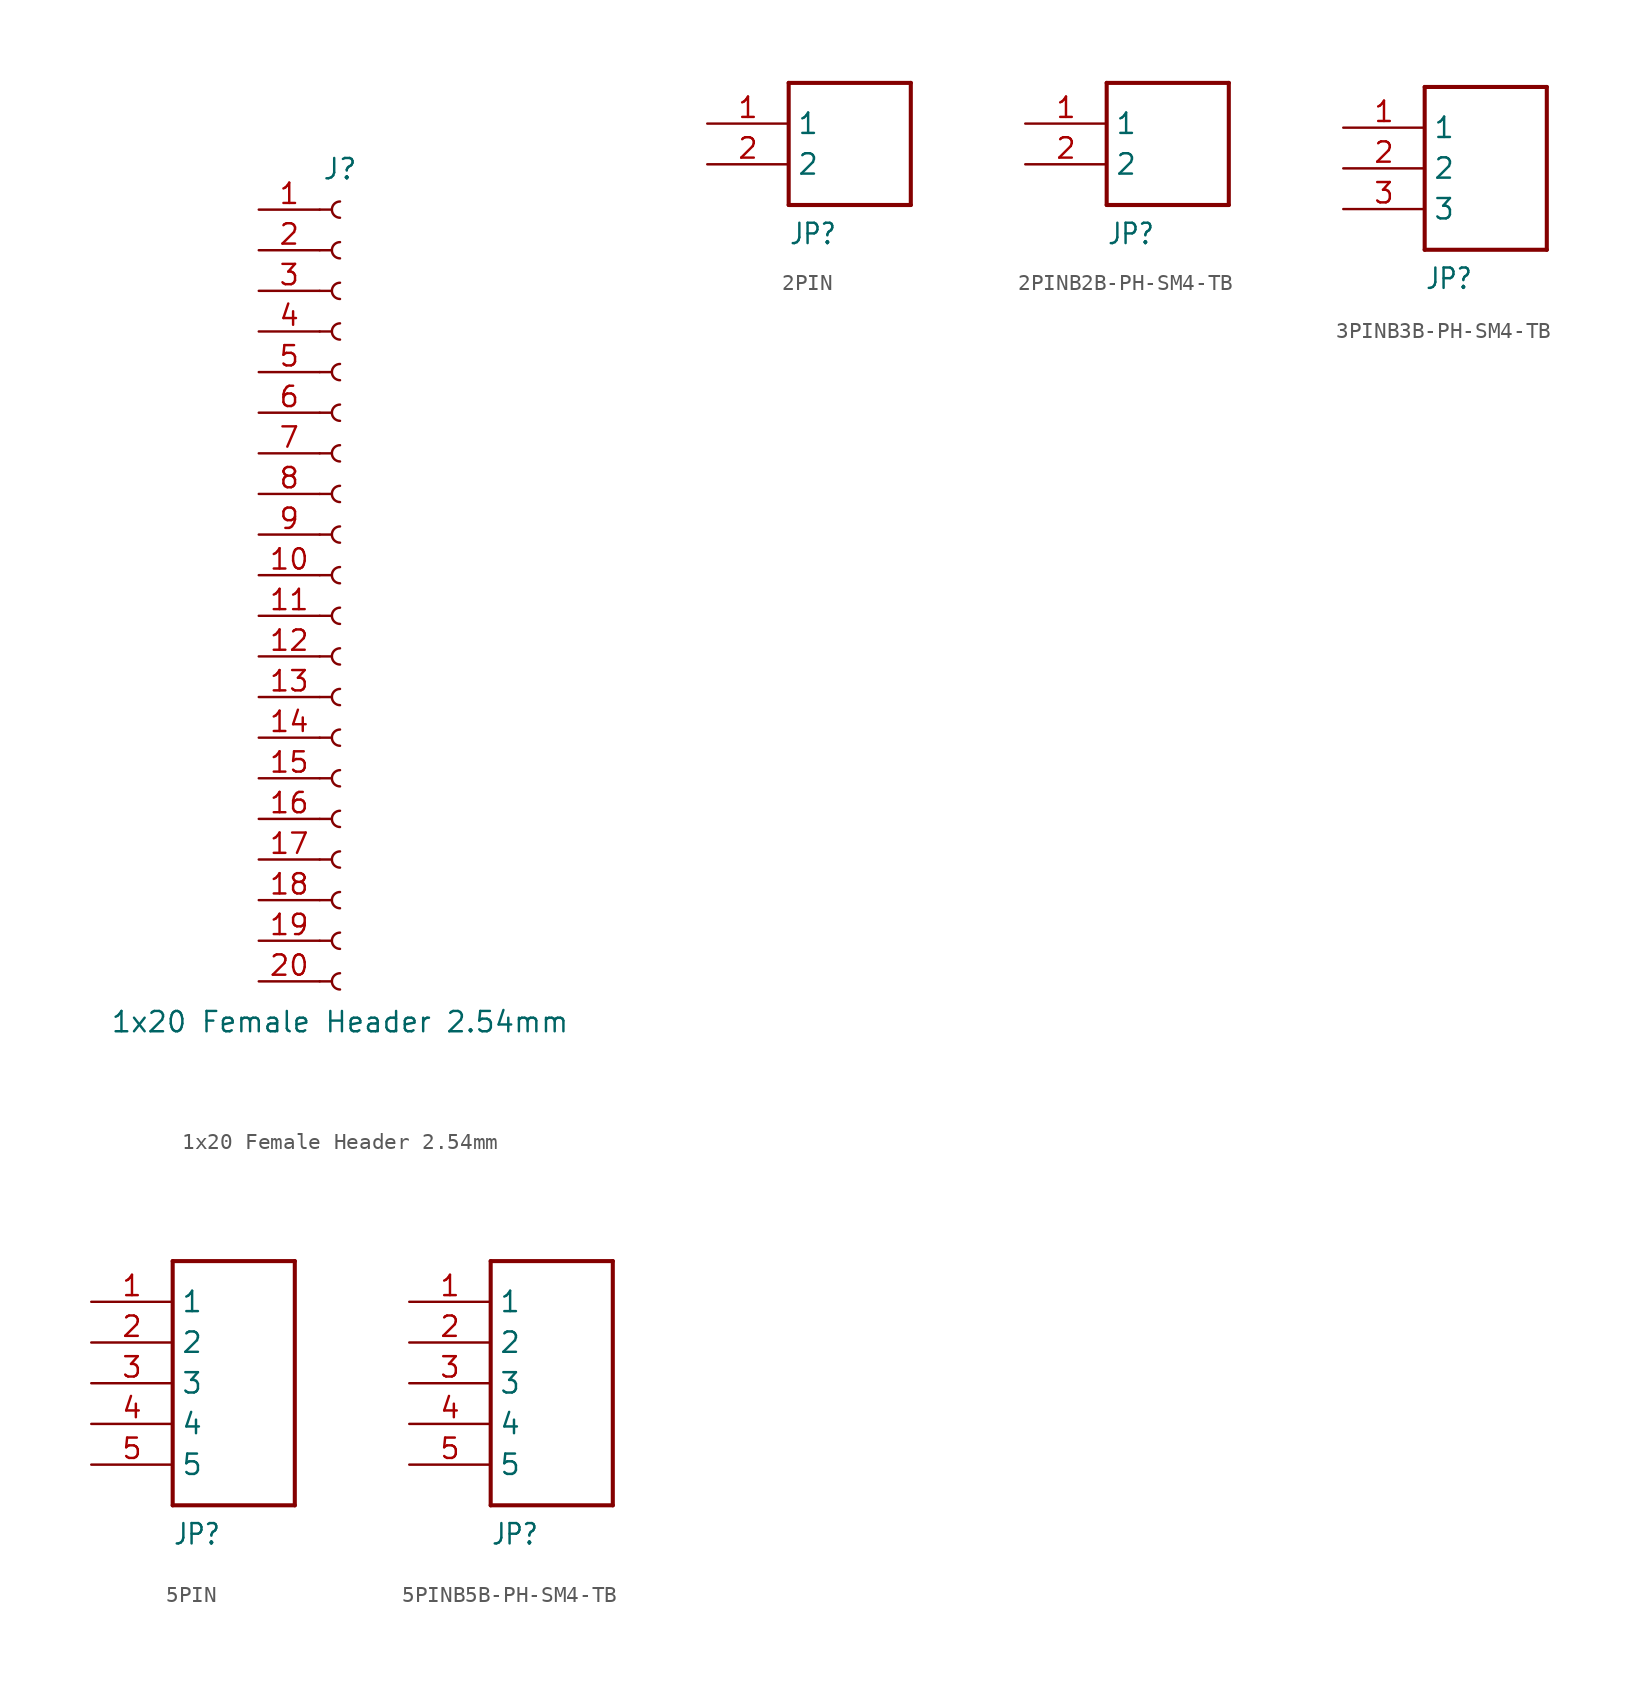
<source format=kicad_sym>
(kicad_symbol_lib
  (version 20220914)
  (generator kicad_symbol_editor)
  (symbol "1x20 Female Header 2.54mm"
    (pin_names
      (offset 1.016) hide)
    (property "Reference" "J"
      (at 0 25.4 0)
      (effects (font (size 1.27 1.27))))
    (property "Value" "1x20 Female Header 2.54mm"
      (at 0 -27.94 0)
      (effects (font (size 1.27 1.27))))
    (symbol "1x20 Female Header 2.54mm_1_1"
      (arc (start 0 -24.892) (mid -0.5058 -25.4) (end 0 -25.908) (stroke (width 0.1524) (type default)) (fill (type none)))
      (arc (start 0 -22.352) (mid -0.5058 -22.86) (end 0 -23.368) (stroke (width 0.1524) (type default)) (fill (type none)))
      (arc (start 0 -19.812) (mid -0.5058 -20.32) (end 0 -20.828) (stroke (width 0.1524) (type default)) (fill (type none)))
      (arc (start 0 -17.272) (mid -0.5058 -17.78) (end 0 -18.288) (stroke (width 0.1524) (type default)) (fill (type none)))
      (arc (start 0 -14.732) (mid -0.5058 -15.24) (end 0 -15.748) (stroke (width 0.1524) (type default)) (fill (type none)))
      (arc (start 0 -12.192) (mid -0.5058 -12.7) (end 0 -13.208) (stroke (width 0.1524) (type default)) (fill (type none)))
      (arc (start 0 -9.652) (mid -0.5058 -10.16) (end 0 -10.668) (stroke (width 0.1524) (type default)) (fill (type none)))
      (arc (start 0 -7.112) (mid -0.5058 -7.62) (end 0 -8.128) (stroke (width 0.1524) (type default)) (fill (type none)))
      (arc (start 0 -4.572) (mid -0.5058 -5.08) (end 0 -5.588) (stroke (width 0.1524) (type default)) (fill (type none)))
      (arc (start 0 -2.032) (mid -0.5058 -2.54) (end 0 -3.048) (stroke (width 0.1524) (type default)) (fill (type none)))
      (polyline (pts (xy -1.27 -25.4) (xy -0.508 -25.4)) (stroke (width 0.152) (type default)) (fill (type none)))
      (polyline (pts (xy -1.27 -22.86) (xy -0.508 -22.86)) (stroke (width 0.152) (type default)) (fill (type none)))
      (polyline (pts (xy -1.27 -20.32) (xy -0.508 -20.32)) (stroke (width 0.152) (type default)) (fill (type none)))
      (polyline (pts (xy -1.27 -17.78) (xy -0.508 -17.78)) (stroke (width 0.152) (type default)) (fill (type none)))
      (polyline (pts (xy -1.27 -15.24) (xy -0.508 -15.24)) (stroke (width 0.152) (type default)) (fill (type none)))
      (polyline (pts (xy -1.27 -12.7) (xy -0.508 -12.7)) (stroke (width 0.152) (type default)) (fill (type none)))
      (polyline (pts (xy -1.27 -10.16) (xy -0.508 -10.16)) (stroke (width 0.152) (type default)) (fill (type none)))
      (polyline (pts (xy -1.27 -7.62) (xy -0.508 -7.62)) (stroke (width 0.152) (type default)) (fill (type none)))
      (polyline (pts (xy -1.27 -5.08) (xy -0.508 -5.08)) (stroke (width 0.152) (type default)) (fill (type none)))
      (polyline (pts (xy -1.27 -2.54) (xy -0.508 -2.54)) (stroke (width 0.152) (type default)) (fill (type none)))
      (polyline (pts (xy -1.27 0) (xy -0.508 0)) (stroke (width 0.152) (type default)) (fill (type none)))
      (polyline (pts (xy -1.27 2.54) (xy -0.508 2.54)) (stroke (width 0.152) (type default)) (fill (type none)))
      (polyline (pts (xy -1.27 5.08) (xy -0.508 5.08)) (stroke (width 0.152) (type default)) (fill (type none)))
      (polyline (pts (xy -1.27 7.62) (xy -0.508 7.62)) (stroke (width 0.152) (type default)) (fill (type none)))
      (polyline (pts (xy -1.27 10.16) (xy -0.508 10.16)) (stroke (width 0.152) (type default)) (fill (type none)))
      (polyline (pts (xy -1.27 12.7) (xy -0.508 12.7)) (stroke (width 0.152) (type default)) (fill (type none)))
      (polyline (pts (xy -1.27 15.24) (xy -0.508 15.24)) (stroke (width 0.152) (type default)) (fill (type none)))
      (polyline (pts (xy -1.27 17.78) (xy -0.508 17.78)) (stroke (width 0.152) (type default)) (fill (type none)))
      (polyline (pts (xy -1.27 20.32) (xy -0.508 20.32)) (stroke (width 0.152) (type default)) (fill (type none)))
      (polyline (pts (xy -1.27 22.86) (xy -0.508 22.86)) (stroke (width 0.152) (type default)) (fill (type none)))
      (arc (start 0 0.508) (mid -0.5058 0) (end 0 -0.508) (stroke (width 0.1524) (type default)) (fill (type none)))
      (arc (start 0 3.048) (mid -0.5058 2.54) (end 0 2.032) (stroke (width 0.1524) (type default)) (fill (type none)))
      (arc (start 0 5.588) (mid -0.5058 5.08) (end 0 4.572) (stroke (width 0.1524) (type default)) (fill (type none)))
      (arc (start 0 8.128) (mid -0.5058 7.62) (end 0 7.112) (stroke (width 0.1524) (type default)) (fill (type none)))
      (arc (start 0 10.668) (mid -0.5058 10.16) (end 0 9.652) (stroke (width 0.1524) (type default)) (fill (type none)))
      (arc (start 0 13.208) (mid -0.5058 12.7) (end 0 12.192) (stroke (width 0.1524) (type default)) (fill (type none)))
      (arc (start 0 15.748) (mid -0.5058 15.24) (end 0 14.732) (stroke (width 0.1524) (type default)) (fill (type none)))
      (arc (start 0 18.288) (mid -0.5058 17.78) (end 0 17.272) (stroke (width 0.1524) (type default)) (fill (type none)))
      (arc (start 0 20.828) (mid -0.5058 20.32) (end 0 19.812) (stroke (width 0.1524) (type default)) (fill (type none)))
      (arc (start 0 23.368) (mid -0.5058 22.86) (end 0 22.352) (stroke (width 0.1524) (type default)) (fill (type none)))
      (pin passive line (at -5.08 22.86 0) (length 3.81) (name "Pin_1" (effects (font (size 1.27 1.27)))) (number "1" (effects (font (size 1.27 1.27)))))
      (pin passive line (at -5.08 0 0) (length 3.81) (name "Pin_10" (effects (font (size 1.27 1.27)))) (number "10" (effects (font (size 1.27 1.27)))))
      (pin passive line (at -5.08 -2.54 0) (length 3.81) (name "Pin_11" (effects (font (size 1.27 1.27)))) (number "11" (effects (font (size 1.27 1.27)))))
      (pin passive line (at -5.08 -5.08 0) (length 3.81) (name "Pin_12" (effects (font (size 1.27 1.27)))) (number "12" (effects (font (size 1.27 1.27)))))
      (pin passive line (at -5.08 -7.62 0) (length 3.81) (name "Pin_13" (effects (font (size 1.27 1.27)))) (number "13" (effects (font (size 1.27 1.27)))))
      (pin passive line (at -5.08 -10.16 0) (length 3.81) (name "Pin_14" (effects (font (size 1.27 1.27)))) (number "14" (effects (font (size 1.27 1.27)))))
      (pin passive line (at -5.08 -12.7 0) (length 3.81) (name "Pin_15" (effects (font (size 1.27 1.27)))) (number "15" (effects (font (size 1.27 1.27)))))
      (pin passive line (at -5.08 -15.24 0) (length 3.81) (name "Pin_16" (effects (font (size 1.27 1.27)))) (number "16" (effects (font (size 1.27 1.27)))))
      (pin passive line (at -5.08 -17.78 0) (length 3.81) (name "Pin_17" (effects (font (size 1.27 1.27)))) (number "17" (effects (font (size 1.27 1.27)))))
      (pin passive line (at -5.08 -20.32 0) (length 3.81) (name "Pin_18" (effects (font (size 1.27 1.27)))) (number "18" (effects (font (size 1.27 1.27)))))
      (pin passive line (at -5.08 -22.86 0) (length 3.81) (name "Pin_19" (effects (font (size 1.27 1.27)))) (number "19" (effects (font (size 1.27 1.27)))))
      (pin passive line (at -5.08 20.32 0) (length 3.81) (name "Pin_2" (effects (font (size 1.27 1.27)))) (number "2" (effects (font (size 1.27 1.27)))))
      (pin passive line (at -5.08 -25.4 0) (length 3.81) (name "Pin_20" (effects (font (size 1.27 1.27)))) (number "20" (effects (font (size 1.27 1.27)))))
      (pin passive line (at -5.08 17.78 0) (length 3.81) (name "Pin_3" (effects (font (size 1.27 1.27)))) (number "3" (effects (font (size 1.27 1.27)))))
      (pin passive line (at -5.08 15.24 0) (length 3.81) (name "Pin_4" (effects (font (size 1.27 1.27)))) (number "4" (effects (font (size 1.27 1.27)))))
      (pin passive line (at -5.08 12.7 0) (length 3.81) (name "Pin_5" (effects (font (size 1.27 1.27)))) (number "5" (effects (font (size 1.27 1.27)))))
      (pin passive line (at -5.08 10.16 0) (length 3.81) (name "Pin_6" (effects (font (size 1.27 1.27)))) (number "6" (effects (font (size 1.27 1.27)))))
      (pin passive line (at -5.08 7.62 0) (length 3.81) (name "Pin_7" (effects (font (size 1.27 1.27)))) (number "7" (effects (font (size 1.27 1.27)))))
      (pin passive line (at -5.08 5.08 0) (length 3.81) (name "Pin_8" (effects (font (size 1.27 1.27)))) (number "8" (effects (font (size 1.27 1.27)))))
      (pin passive line (at -5.08 2.54 0) (length 3.81) (name "Pin_9" (effects (font (size 1.27 1.27)))) (number "9" (effects (font (size 1.27 1.27)))))))
  (symbol "2PIN"
    (property "Reference" "JP"
      (at 0 -5.08 0)
      (effects (font (size 1.27 1.079)) (justify left bottom)))
    (property "ki_locked" ""
      (at 0 0 0)
      (effects (font (size 1.27 1.27))))
    (symbol "2PIN_1_0"
      (polyline (pts (xy 0 -2.54) (xy 0 5.08)) (stroke (width 0.254) (type solid)) (fill (type none)))
      (polyline (pts (xy 0 5.08) (xy 7.62 5.08)) (stroke (width 0.254) (type solid)) (fill (type none)))
      (polyline (pts (xy 7.62 -2.54) (xy 0 -2.54)) (stroke (width 0.254) (type solid)) (fill (type none)))
      (polyline (pts (xy 7.62 5.08) (xy 7.62 -2.54)) (stroke (width 0.254) (type solid)) (fill (type none)))
      (pin bidirectional line (at -5.08 2.54 0) (length 5.08) (name "1" (effects (font (size 1.27 1.27)))) (number "1" (effects (font (size 1.27 1.27)))))
      (pin bidirectional line (at -5.08 0 0) (length 5.08) (name "2" (effects (font (size 1.27 1.27)))) (number "2" (effects (font (size 1.27 1.27)))))))
  (symbol "2PINB2B-PH-SM4-TB"
    (property "Reference" "JP"
      (at 0 -5.08 0)
      (effects (font (size 1.27 1.079)) (justify left bottom)))
    (property "ki_locked" ""
      (at 0 0 0)
      (effects (font (size 1.27 1.27))))
    (symbol "2PINB2B-PH-SM4-TB_1_0"
      (polyline (pts (xy 0 -2.54) (xy 0 5.08)) (stroke (width 0.254) (type solid)) (fill (type none)))
      (polyline (pts (xy 0 5.08) (xy 7.62 5.08)) (stroke (width 0.254) (type solid)) (fill (type none)))
      (polyline (pts (xy 7.62 -2.54) (xy 0 -2.54)) (stroke (width 0.254) (type solid)) (fill (type none)))
      (polyline (pts (xy 7.62 5.08) (xy 7.62 -2.54)) (stroke (width 0.254) (type solid)) (fill (type none)))
      (pin bidirectional line (at -5.08 2.54 0) (length 5.08) (name "1" (effects (font (size 1.27 1.27)))) (number "1" (effects (font (size 1.27 1.27)))))
      (pin bidirectional line (at -5.08 0 0) (length 5.08) (name "2" (effects (font (size 1.27 1.27)))) (number "2" (effects (font (size 1.27 1.27)))))))
  (symbol "3PINB3B-PH-SM4-TB"
    (property "Reference" "JP"
      (at 0 -7.62 0)
      (effects (font (size 1.27 1.079)) (justify left bottom)))
    (property "ki_locked" ""
      (at 0 0 0)
      (effects (font (size 1.27 1.27))))
    (symbol "3PINB3B-PH-SM4-TB_1_0"
      (polyline (pts (xy 0 -5.08) (xy 0 5.08)) (stroke (width 0.254) (type solid)) (fill (type none)))
      (polyline (pts (xy 0 5.08) (xy 7.62 5.08)) (stroke (width 0.254) (type solid)) (fill (type none)))
      (polyline (pts (xy 7.62 -5.08) (xy 0 -5.08)) (stroke (width 0.254) (type solid)) (fill (type none)))
      (polyline (pts (xy 7.62 5.08) (xy 7.62 -5.08)) (stroke (width 0.254) (type solid)) (fill (type none)))
      (pin bidirectional line (at -5.08 2.54 0) (length 5.08) (name "1" (effects (font (size 1.27 1.27)))) (number "1" (effects (font (size 1.27 1.27)))))
      (pin bidirectional line (at -5.08 0 0) (length 5.08) (name "2" (effects (font (size 1.27 1.27)))) (number "2" (effects (font (size 1.27 1.27)))))
      (pin bidirectional line (at -5.08 -2.54 0) (length 5.08) (name "3" (effects (font (size 1.27 1.27)))) (number "3" (effects (font (size 1.27 1.27)))))))
  (symbol "5PIN"
    (property "Reference" "JP"
      (at 0 -10.16 0)
      (effects (font (size 1.27 1.079)) (justify left bottom)))
    (property "ki_locked" ""
      (at 0 0 0)
      (effects (font (size 1.27 1.27))))
    (symbol "5PIN_1_0"
      (polyline (pts (xy 0 -7.62) (xy 0 7.62)) (stroke (width 0.254) (type solid)) (fill (type none)))
      (polyline (pts (xy 0 7.62) (xy 7.62 7.62)) (stroke (width 0.254) (type solid)) (fill (type none)))
      (polyline (pts (xy 7.62 -7.62) (xy 0 -7.62)) (stroke (width 0.254) (type solid)) (fill (type none)))
      (polyline (pts (xy 7.62 7.62) (xy 7.62 -7.62)) (stroke (width 0.254) (type solid)) (fill (type none)))
      (pin bidirectional line (at -5.08 5.08 0) (length 5.08) (name "1" (effects (font (size 1.27 1.27)))) (number "1" (effects (font (size 1.27 1.27)))))
      (pin bidirectional line (at -5.08 2.54 0) (length 5.08) (name "2" (effects (font (size 1.27 1.27)))) (number "2" (effects (font (size 1.27 1.27)))))
      (pin bidirectional line (at -5.08 0 0) (length 5.08) (name "3" (effects (font (size 1.27 1.27)))) (number "3" (effects (font (size 1.27 1.27)))))
      (pin bidirectional line (at -5.08 -2.54 0) (length 5.08) (name "4" (effects (font (size 1.27 1.27)))) (number "4" (effects (font (size 1.27 1.27)))))
      (pin bidirectional line (at -5.08 -5.08 0) (length 5.08) (name "5" (effects (font (size 1.27 1.27)))) (number "5" (effects (font (size 1.27 1.27)))))))
  (symbol "5PINB5B-PH-SM4-TB"
    (property "Reference" "JP"
      (at 0 -10.16 0)
      (effects (font (size 1.27 1.079)) (justify left bottom)))
    (property "ki_locked" ""
      (at 0 0 0)
      (effects (font (size 1.27 1.27))))
    (symbol "5PINB5B-PH-SM4-TB_1_0"
      (polyline (pts (xy 0 -7.62) (xy 0 7.62)) (stroke (width 0.254) (type solid)) (fill (type none)))
      (polyline (pts (xy 0 7.62) (xy 7.62 7.62)) (stroke (width 0.254) (type solid)) (fill (type none)))
      (polyline (pts (xy 7.62 -7.62) (xy 0 -7.62)) (stroke (width 0.254) (type solid)) (fill (type none)))
      (polyline (pts (xy 7.62 7.62) (xy 7.62 -7.62)) (stroke (width 0.254) (type solid)) (fill (type none)))
      (pin bidirectional line (at -5.08 5.08 0) (length 5.08) (name "1" (effects (font (size 1.27 1.27)))) (number "1" (effects (font (size 1.27 1.27)))))
      (pin bidirectional line (at -5.08 2.54 0) (length 5.08) (name "2" (effects (font (size 1.27 1.27)))) (number "2" (effects (font (size 1.27 1.27)))))
      (pin bidirectional line (at -5.08 0 0) (length 5.08) (name "3" (effects (font (size 1.27 1.27)))) (number "3" (effects (font (size 1.27 1.27)))))
      (pin bidirectional line (at -5.08 -2.54 0) (length 5.08) (name "4" (effects (font (size 1.27 1.27)))) (number "4" (effects (font (size 1.27 1.27)))))
      (pin bidirectional line (at -5.08 -5.08 0) (length 5.08) (name "5" (effects (font (size 1.27 1.27)))) (number "5" (effects (font (size 1.27 1.27))))))))
</source>
